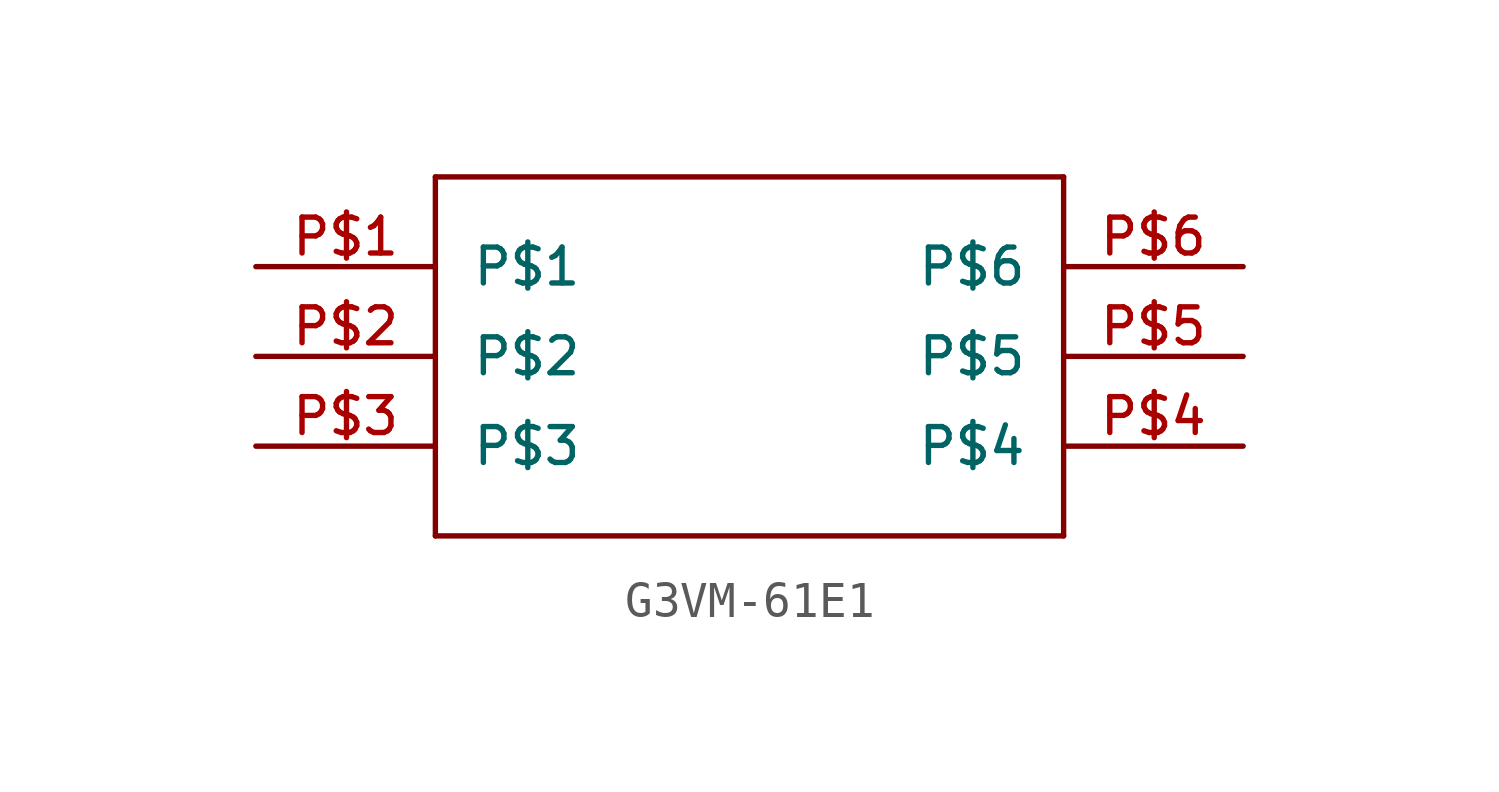
<source format=kicad_sym>
(kicad_symbol_lib
  (version 20211014)
  (generator kicad_symbol_editor)
  (symbol "G3VM-61E1"
    (pin_names
      (offset 1.016))
    (property "Reference" "M"
      (at 0 0 0)
      (effects (font (size 1.27 1.27)) hide))
    (property "ki_locked" ""
      (at 0 0 0)
      (effects (font (size 1.27 1.27))))
    (symbol "G3VM-61E1_1_0"
      (polyline (pts (xy -2.54 -5.08) (xy 15.24 -5.08)) (stroke (width 0) (type default) (color 0 0 0 0)) (fill (type none)))
      (polyline (pts (xy -2.54 5.08) (xy -2.54 -5.08)) (stroke (width 0) (type default) (color 0 0 0 0)) (fill (type none)))
      (polyline (pts (xy 15.24 -5.08) (xy 15.24 5.08)) (stroke (width 0) (type default) (color 0 0 0 0)) (fill (type none)))
      (polyline (pts (xy 15.24 5.08) (xy -2.54 5.08)) (stroke (width 0) (type default) (color 0 0 0 0)) (fill (type none))))
    (symbol "G3VM-61E1_1_1"
      (pin bidirectional line (at -7.62 2.54 0) (length 5.08) (name "P$1" (effects (font (size 1.016 1.016)))) (number "P$1" (effects (font (size 1.016 1.016)))))
      (pin bidirectional line (at -7.62 0 0) (length 5.08) (name "P$2" (effects (font (size 1.016 1.016)))) (number "P$2" (effects (font (size 1.016 1.016)))))
      (pin bidirectional line (at -7.62 -2.54 0) (length 5.08) (name "P$3" (effects (font (size 1.016 1.016)))) (number "P$3" (effects (font (size 1.016 1.016)))))
      (pin bidirectional line (at 20.32 -2.54 180) (length 5.08) (name "P$4" (effects (font (size 1.016 1.016)))) (number "P$4" (effects (font (size 1.016 1.016)))))
      (pin bidirectional line (at 20.32 0 180) (length 5.08) (name "P$5" (effects (font (size 1.016 1.016)))) (number "P$5" (effects (font (size 1.016 1.016)))))
      (pin bidirectional line (at 20.32 2.54 180) (length 5.08) (name "P$6" (effects (font (size 1.016 1.016)))) (number "P$6" (effects (font (size 1.016 1.016))))))))
</source>
